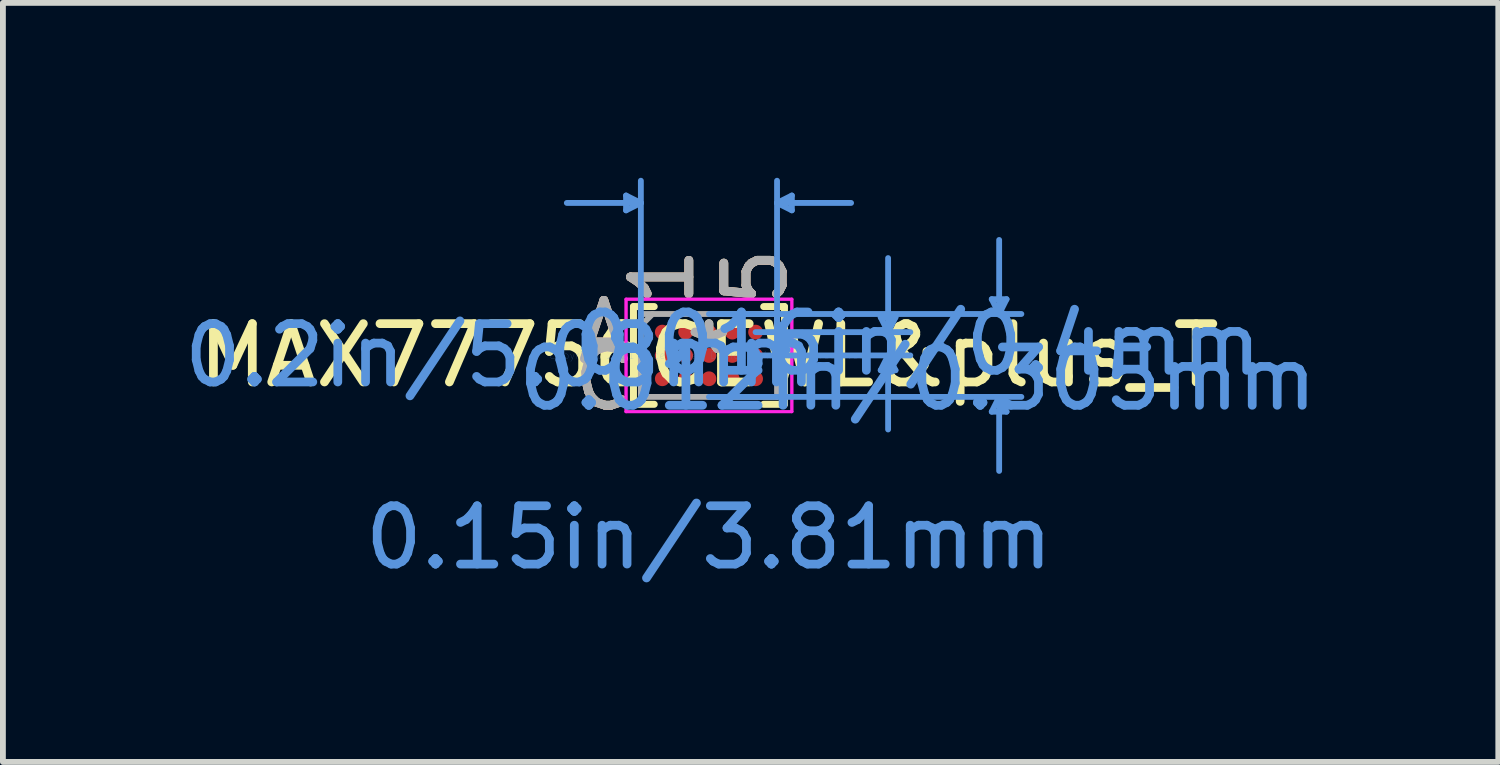
<source format=kicad_pcb>
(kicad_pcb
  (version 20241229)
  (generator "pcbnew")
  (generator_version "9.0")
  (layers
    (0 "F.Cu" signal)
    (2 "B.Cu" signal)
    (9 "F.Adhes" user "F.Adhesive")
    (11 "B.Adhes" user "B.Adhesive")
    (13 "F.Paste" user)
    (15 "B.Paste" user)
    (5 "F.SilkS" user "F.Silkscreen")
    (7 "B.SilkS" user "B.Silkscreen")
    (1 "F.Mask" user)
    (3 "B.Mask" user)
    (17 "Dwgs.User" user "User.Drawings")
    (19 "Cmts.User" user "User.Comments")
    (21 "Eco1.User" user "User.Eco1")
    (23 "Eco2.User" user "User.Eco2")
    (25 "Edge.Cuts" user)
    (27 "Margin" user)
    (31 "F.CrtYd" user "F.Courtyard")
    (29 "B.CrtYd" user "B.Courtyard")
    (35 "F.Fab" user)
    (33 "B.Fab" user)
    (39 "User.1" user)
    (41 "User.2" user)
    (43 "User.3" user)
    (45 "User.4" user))
  (footprint "MAX77756CEWL&plus_T"
    (layer "F.Cu")
    (at 9.111 3.047)
    (property "Reference" "MAX77756CEWL&plus_T" (at 0 0 0) (layer "F.SilkS") (effects (font (size 1 1) (thickness 0.15))))
    (attr through_hole)
    (fp_line (start -1.295 -0.838) (end -1.295 0.838) (stroke (width 0.12) (type solid)) (layer "F.SilkS"))
    (fp_line (start -1.295 0.838) (end -0.939 0.838) (stroke (width 0.12) (type solid)) (layer "F.SilkS"))
    (fp_line (start -0.939 -0.838) (end -1.295 -0.838) (stroke (width 0.12) (type solid)) (layer "F.SilkS"))
    (fp_line (start 0.939 0.838) (end 1.295 0.838) (stroke (width 0.12) (type solid)) (layer "F.SilkS"))
    (fp_line (start 1.295 -0.838) (end 0.939 -0.838) (stroke (width 0.12) (type solid)) (layer "F.SilkS"))
    (fp_line (start 1.295 0.838) (end 1.295 -0.838) (stroke (width 0.12) (type solid)) (layer "F.SilkS"))
    (fp_line (start -1.422 -2.743) (end -1.422 -2.489) (stroke (width 0.1) (type solid)) (layer "Cmts.User"))
    (fp_line (start -1.168 -2.616) (end -2.438 -2.616) (stroke (width 0.1) (type solid)) (layer "Cmts.User"))
    (fp_line (start -1.168 -2.616) (end -1.422 -2.743) (stroke (width 0.1) (type solid)) (layer "Cmts.User"))
    (fp_line (start -1.168 -2.616) (end -1.422 -2.489) (stroke (width 0.1) (type solid)) (layer "Cmts.User"))
    (fp_line (start -1.168 0) (end -1.168 -2.997) (stroke (width 0.1) (type solid)) (layer "Cmts.User"))
    (fp_line (start 0 -0.711) (end 5.359 -0.711) (stroke (width 0.1) (type solid)) (layer "Cmts.User"))
    (fp_line (start 0 0.711) (end 5.359 0.711) (stroke (width 0.1) (type solid)) (layer "Cmts.User"))
    (fp_line (start 0.8 -0.4) (end 3.454 -0.4) (stroke (width 0.1) (type solid)) (layer "Cmts.User"))
    (fp_line (start 0.8 0) (end 3.454 0) (stroke (width 0.1) (type solid)) (layer "Cmts.User"))
    (fp_line (start 1.168 -2.616) (end 1.422 -2.743) (stroke (width 0.1) (type solid)) (layer "Cmts.User"))
    (fp_line (start 1.168 -2.616) (end 1.422 -2.489) (stroke (width 0.1) (type solid)) (layer "Cmts.User"))
    (fp_line (start 1.168 -2.616) (end 2.438 -2.616) (stroke (width 0.1) (type solid)) (layer "Cmts.User"))
    (fp_line (start 1.168 0) (end 1.168 -2.997) (stroke (width 0.1) (type solid)) (layer "Cmts.User"))
    (fp_line (start 1.422 -2.743) (end 1.422 -2.489) (stroke (width 0.1) (type solid)) (layer "Cmts.User"))
    (fp_line (start 2.946 -0.654) (end 3.2 -0.654) (stroke (width 0.1) (type solid)) (layer "Cmts.User"))
    (fp_line (start 2.946 0.254) (end 3.2 0.254) (stroke (width 0.1) (type solid)) (layer "Cmts.User"))
    (fp_line (start 3.073 -0.4) (end 2.946 -0.654) (stroke (width 0.1) (type solid)) (layer "Cmts.User"))
    (fp_line (start 3.073 -0.4) (end 3.073 -1.67) (stroke (width 0.1) (type solid)) (layer "Cmts.User"))
    (fp_line (start 3.073 -0.4) (end 3.2 -0.654) (stroke (width 0.1) (type solid)) (layer "Cmts.User"))
    (fp_line (start 3.073 0) (end 2.946 0.254) (stroke (width 0.1) (type solid)) (layer "Cmts.User"))
    (fp_line (start 3.073 0) (end 3.073 1.27) (stroke (width 0.1) (type solid)) (layer "Cmts.User"))
    (fp_line (start 3.073 0) (end 3.2 0.254) (stroke (width 0.1) (type solid)) (layer "Cmts.User"))
    (fp_line (start 4.851 -0.965) (end 5.105 -0.965) (stroke (width 0.1) (type solid)) (layer "Cmts.User"))
    (fp_line (start 4.851 0.965) (end 5.105 0.965) (stroke (width 0.1) (type solid)) (layer "Cmts.User"))
    (fp_line (start 4.978 -0.711) (end 4.851 -0.965) (stroke (width 0.1) (type solid)) (layer "Cmts.User"))
    (fp_line (start 4.978 -0.711) (end 4.978 -1.981) (stroke (width 0.1) (type solid)) (layer "Cmts.User"))
    (fp_line (start 4.978 -0.711) (end 5.105 -0.965) (stroke (width 0.1) (type solid)) (layer "Cmts.User"))
    (fp_line (start 4.978 0.711) (end 4.851 0.965) (stroke (width 0.1) (type solid)) (layer "Cmts.User"))
    (fp_line (start 4.978 0.711) (end 4.978 1.981) (stroke (width 0.1) (type solid)) (layer "Cmts.User"))
    (fp_line (start 4.978 0.711) (end 5.105 0.965) (stroke (width 0.1) (type solid)) (layer "Cmts.User"))
    (fp_line (start -1.422 -0.965) (end 1.422 -0.965) (stroke (width 0.05) (type solid)) (layer "F.CrtYd"))
    (fp_line (start -1.422 -0.965) (end 1.422 -0.965) (stroke (width 0.05) (type solid)) (layer "F.CrtYd"))
    (fp_line (start -1.422 0.965) (end -1.422 -0.965) (stroke (width 0.05) (type solid)) (layer "F.CrtYd"))
    (fp_line (start -1.422 0.965) (end -1.422 -0.965) (stroke (width 0.05) (type solid)) (layer "F.CrtYd"))
    (fp_line (start 1.422 -0.965) (end 1.422 0.965) (stroke (width 0.05) (type solid)) (layer "F.CrtYd"))
    (fp_line (start 1.422 -0.965) (end 1.422 0.965) (stroke (width 0.05) (type solid)) (layer "F.CrtYd"))
    (fp_line (start 1.422 0.965) (end -1.422 0.965) (stroke (width 0.05) (type solid)) (layer "F.CrtYd"))
    (fp_line (start 1.422 0.965) (end -1.422 0.965) (stroke (width 0.05) (type solid)) (layer "F.CrtYd"))
    (fp_line (start -1.168 -0.711) (end -1.168 0.711) (stroke (width 0.1) (type solid)) (layer "F.Fab"))
    (fp_line (start -1.168 0.711) (end 1.168 0.711) (stroke (width 0.1) (type solid)) (layer "F.Fab"))
    (fp_line (start -0.968 -0.711) (end -1.168 -0.511) (stroke (width 0.1) (type solid)) (layer "F.Fab"))
    (fp_line (start 1.168 -0.711) (end -1.168 -0.711) (stroke (width 0.1) (type solid)) (layer "F.Fab"))
    (fp_line (start 1.168 0.711) (end 1.168 -0.711) (stroke (width 0.1) (type solid)) (layer "F.Fab"))
    (fp_text user "5" (at 0.8 -1.346 90) (layer "F.SilkS") (effects (font (size 1 1) (thickness 0.15))))
    (fp_text user "C" (at -1.803 0.4 0) (layer "F.SilkS") (effects (font (size 1 1) (thickness 0.15))))
    (fp_text user "1" (at -0.8 -1.346 90) (layer "F.SilkS") (effects (font (size 1 1) (thickness 0.15))))
    (fp_text user "*" (at 0 0 0) (layer "F.SilkS") (effects (font (size 1 1) (thickness 0.15))))
    (fp_text user "A" (at -1.803 -0.4 0) (layer "F.SilkS") (effects (font (size 1 1) (thickness 0.15))))
    (fp_text user "C" (at -1.803 0.4 0) (layer "B.SilkS") (effects (font (size 1 1) (thickness 0.15))))
    (fp_text user "5" (at 0.8 -1.346 90) (layer "B.SilkS") (effects (font (size 1 1) (thickness 0.15))))
    (fp_text user "A" (at -1.803 -0.4 0) (layer "B.SilkS") (effects (font (size 1 1) (thickness 0.15))))
    (fp_text user "1" (at -0.8 -1.346 90) (layer "B.SilkS") (effects (font (size 1 1) (thickness 0.15))))
    (fp_text user "0.2in/5.08mm" (at -3.581 0 0) (layer "Cmts.User") (effects (font (size 1 1) (thickness 0.15))))
    (fp_text user "Copyright 2021 Accelerated Designs. All rights reserved." (at 0 0 0) (layer "Cmts.User") (effects (font (size 0.127 0.127) (thickness 0.002))))
    (fp_text user "0.15in/3.81mm" (at 0 3.124 0) (layer "Cmts.User") (effects (font (size 1 1) (thickness 0.15))))
    (fp_text user "0.012in/0.305mm" (at 3.581 0.4 0) (layer "Cmts.User") (effects (font (size 1 1) (thickness 0.15))))
    (fp_text user "0.016in/0.4mm" (at 3.581 -0.2 0) (layer "Cmts.User") (effects (font (size 1 1) (thickness 0.15))))
    (fp_text user "C" (at -1.803 0.4 0) (layer "F.Fab") (effects (font (size 1 1) (thickness 0.15))))
    (fp_text user "5" (at 0.8 -1.346 90) (layer "F.Fab") (effects (font (size 1 1) (thickness 0.15))))
    (fp_text user "*" (at 0 0 0) (layer "F.Fab") (effects (font (size 1 1) (thickness 0.15))))
    (fp_text user "1" (at -0.8 -1.346 90) (layer "F.Fab") (effects (font (size 1 1) (thickness 0.15))))
    (fp_text user "A" (at -1.803 -0.4 0) (layer "F.Fab") (effects (font (size 1 1) (thickness 0.15))))
    (pad "A1" smd circle (at -0.8 -0.4) (size 0.254 0.254) (layers "F.Cu" "F.Mask" "F.Paste"))
    (pad "A2" smd circle (at -0.4 -0.4) (size 0.254 0.254) (layers "F.Cu" "F.Mask" "F.Paste"))
    (pad "A3" smd circle (at 0 -0.4) (size 0.254 0.254) (layers "F.Cu" "F.Mask" "F.Paste"))
    (pad "A4" smd circle (at 0.4 -0.4) (size 0.254 0.254) (layers "F.Cu" "F.Mask" "F.Paste"))
    (pad "A5" smd circle (at 0.8 -0.4) (size 0.254 0.254) (layers "F.Cu" "F.Mask" "F.Paste"))
    (pad "B1" smd circle (at -0.8 0) (size 0.254 0.254) (layers "F.Cu" "F.Mask" "F.Paste"))
    (pad "B2" smd circle (at -0.4 0) (size 0.254 0.254) (layers "F.Cu" "F.Mask" "F.Paste"))
    (pad "B3" smd circle (at 0 0) (size 0.254 0.254) (layers "F.Cu" "F.Mask" "F.Paste"))
    (pad "B4" smd circle (at 0.4 0) (size 0.254 0.254) (layers "F.Cu" "F.Mask" "F.Paste"))
    (pad "B5" smd circle (at 0.8 0) (size 0.254 0.254) (layers "F.Cu" "F.Mask" "F.Paste"))
    (pad "C1" smd circle (at -0.8 0.4) (size 0.254 0.254) (layers "F.Cu" "F.Mask" "F.Paste"))
    (pad "C2" smd circle (at -0.4 0.4) (size 0.254 0.254) (layers "F.Cu" "F.Mask" "F.Paste"))
    (pad "C3" smd circle (at 0 0.4) (size 0.254 0.254) (layers "F.Cu" "F.Mask" "F.Paste"))
    (pad "C4" smd circle (at 0.4 0.4) (size 0.254 0.254) (layers "F.Cu" "F.Mask" "F.Paste"))
    (pad "C5" smd circle (at 0.8 0.4) (size 0.254 0.254) (layers "F.Cu" "F.Mask" "F.Paste")))
  (gr_rect
    (start -3 -3)
    (end 22.651 10.02)
    (stroke (width 0.1) (type default))
    (fill no)
    (layer "Edge.Cuts")))
</source>
